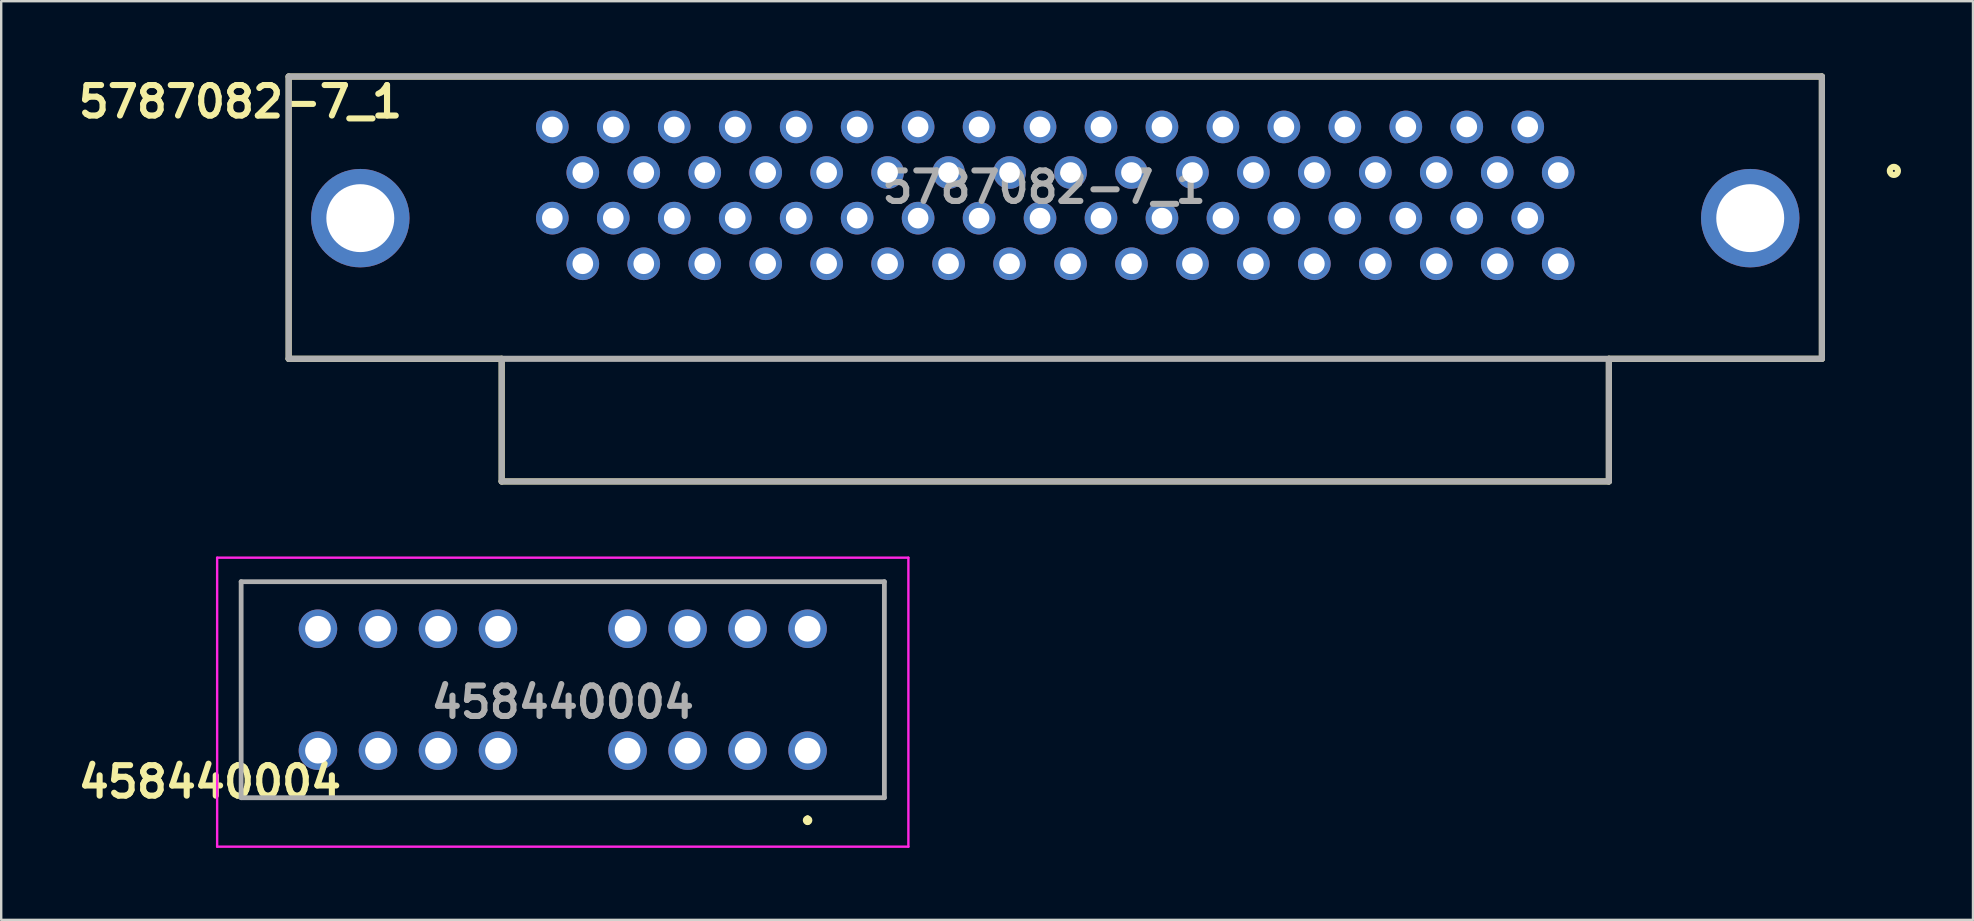
<source format=kicad_pcb>
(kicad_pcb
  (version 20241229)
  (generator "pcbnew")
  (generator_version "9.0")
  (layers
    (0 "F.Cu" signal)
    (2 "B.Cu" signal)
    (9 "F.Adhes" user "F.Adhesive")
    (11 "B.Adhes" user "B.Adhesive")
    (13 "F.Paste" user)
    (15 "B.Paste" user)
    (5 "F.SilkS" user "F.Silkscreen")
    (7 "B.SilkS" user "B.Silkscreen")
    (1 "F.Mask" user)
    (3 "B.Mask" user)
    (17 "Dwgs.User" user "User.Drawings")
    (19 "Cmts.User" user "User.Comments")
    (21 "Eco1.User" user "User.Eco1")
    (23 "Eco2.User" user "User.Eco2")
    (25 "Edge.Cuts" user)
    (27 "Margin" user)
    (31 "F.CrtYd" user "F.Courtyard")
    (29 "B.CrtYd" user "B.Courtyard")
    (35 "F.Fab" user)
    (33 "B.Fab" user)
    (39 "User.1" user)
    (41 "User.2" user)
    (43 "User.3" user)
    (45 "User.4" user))
  (footprint "458440004"
    (layer "F.Cu")
    (at 30.597 28.226)
    (property "Reference" "458440004" (at -24.9 1.3 0) (layer "F.SilkS") (effects (font (size 1.27 1.27) (thickness 0.254))))
    (attr through_hole)
    (fp_line (start -23.6 -7.04) (end 3.2 -7.04) (stroke (width 0.1) (type solid)) (layer "F.SilkS"))
    (fp_line (start -23.6 1.96) (end -23.6 -7.04) (stroke (width 0.1) (type solid)) (layer "F.SilkS"))
    (fp_line (start 0 2.8) (end 0 2.8) (stroke (width 0.2) (type solid)) (layer "F.SilkS"))
    (fp_line (start 0 3) (end 0 3) (stroke (width 0.2) (type solid)) (layer "F.SilkS"))
    (fp_line (start 3.2 -7.04) (end 3.2 1.96) (stroke (width 0.1) (type solid)) (layer "F.SilkS"))
    (fp_line (start 3.2 1.96) (end -23.6 1.96) (stroke (width 0.1) (type solid)) (layer "F.SilkS"))
    (fp_arc (start 0 2.8) (mid 0.1 2.9) (end 0 3) (stroke (width 0.2) (type solid)) (layer "F.SilkS"))
    (fp_arc (start 0 3) (mid -0.1 2.9) (end 0 2.8) (stroke (width 0.2) (type solid)) (layer "F.SilkS"))
    (fp_line (start -24.6 -8.04) (end 4.2 -8.04) (stroke (width 0.1) (type solid)) (layer "F.CrtYd"))
    (fp_line (start -24.6 4) (end -24.6 -8.04) (stroke (width 0.1) (type solid)) (layer "F.CrtYd"))
    (fp_line (start 4.2 -8.04) (end 4.2 4) (stroke (width 0.1) (type solid)) (layer "F.CrtYd"))
    (fp_line (start 4.2 4) (end -24.6 4) (stroke (width 0.1) (type solid)) (layer "F.CrtYd"))
    (fp_line (start -23.6 -7.04) (end 3.2 -7.04) (stroke (width 0.2) (type solid)) (layer "F.Fab"))
    (fp_line (start -23.6 1.96) (end -23.6 -7.04) (stroke (width 0.2) (type solid)) (layer "F.Fab"))
    (fp_line (start 3.2 -7.04) (end 3.2 1.96) (stroke (width 0.2) (type solid)) (layer "F.Fab"))
    (fp_line (start 3.2 1.96) (end -23.6 1.96) (stroke (width 0.2) (type solid)) (layer "F.Fab"))
    (fp_text user "${REFERENCE}" (at -10.2 -2.02 0) (layer "F.Fab") (effects (font (size 1.27 1.27) (thickness 0.254))))
    (pad "1" thru_hole circle (at 0 0) (size 1.605 1.605) (drill 1.07) (layers "*.Cu" "*.Mask"))
    (pad "2" thru_hole circle (at -2.5 0) (size 1.605 1.605) (drill 1.07) (layers "*.Cu" "*.Mask"))
    (pad "3" thru_hole circle (at -5 0) (size 1.605 1.605) (drill 1.07) (layers "*.Cu" "*.Mask"))
    (pad "4" thru_hole circle (at -7.5 0) (size 1.605 1.605) (drill 1.07) (layers "*.Cu" "*.Mask"))
    (pad "5" thru_hole circle (at -12.9 0) (size 1.605 1.605) (drill 1.07) (layers "*.Cu" "*.Mask"))
    (pad "6" thru_hole circle (at -15.4 0) (size 1.605 1.605) (drill 1.07) (layers "*.Cu" "*.Mask"))
    (pad "7" thru_hole circle (at -17.9 0) (size 1.605 1.605) (drill 1.07) (layers "*.Cu" "*.Mask"))
    (pad "8" thru_hole circle (at -20.4 0) (size 1.605 1.605) (drill 1.07) (layers "*.Cu" "*.Mask"))
    (pad "9" thru_hole circle (at 0 -5.08) (size 1.605 1.605) (drill 1.07) (layers "*.Cu" "*.Mask"))
    (pad "10" thru_hole circle (at -2.5 -5.08) (size 1.605 1.605) (drill 1.07) (layers "*.Cu" "*.Mask"))
    (pad "11" thru_hole circle (at -5 -5.08) (size 1.605 1.605) (drill 1.07) (layers "*.Cu" "*.Mask"))
    (pad "12" thru_hole circle (at -7.5 -5.08) (size 1.605 1.605) (drill 1.07) (layers "*.Cu" "*.Mask"))
    (pad "13" thru_hole circle (at -12.9 -5.08) (size 1.605 1.605) (drill 1.07) (layers "*.Cu" "*.Mask"))
    (pad "14" thru_hole circle (at -15.4 -5.08) (size 1.605 1.605) (drill 1.07) (layers "*.Cu" "*.Mask"))
    (pad "15" thru_hole circle (at -17.9 -5.08) (size 1.605 1.605) (drill 1.07) (layers "*.Cu" "*.Mask"))
    (pad "16" thru_hole circle (at -20.4 -5.08) (size 1.605 1.605) (drill 1.07) (layers "*.Cu" "*.Mask")))
  (footprint "5787082-7_1"
    (layer "F.Cu")
    (at 40.917 6.039)
    (property "Reference" "5787082-7_1" (at -33.95 -4.85 0) (layer "F.SilkS") (effects (font (size 1.27 1.27) (thickness 0.254))))
    (attr through_hole)
    (fp_line (start -31.94 -5.9) (end -31.94 5.86) (stroke (width 0.254) (type solid)) (layer "F.SilkS"))
    (fp_line (start -31.94 5.86) (end -23.065 5.86) (stroke (width 0.254) (type solid)) (layer "F.SilkS"))
    (fp_line (start -23.065 5.86) (end -23.065 10.97) (stroke (width 0.254) (type solid)) (layer "F.SilkS"))
    (fp_line (start -23.065 10.97) (end 23.065 10.97) (stroke (width 0.254) (type solid)) (layer "F.SilkS"))
    (fp_line (start 23.065 5.86) (end 31.94 5.86) (stroke (width 0.254) (type solid)) (layer "F.SilkS"))
    (fp_line (start 23.065 10.97) (end 23.065 5.86) (stroke (width 0.254) (type solid)) (layer "F.SilkS"))
    (fp_line (start 31.94 -5.9) (end -31.94 -5.9) (stroke (width 0.254) (type solid)) (layer "F.SilkS"))
    (fp_line (start 31.94 5.86) (end 31.94 -5.9) (stroke (width 0.254) (type solid)) (layer "F.SilkS"))
    (fp_circle (center 34.94 -1.969) (end 34.94 -1.8) (stroke (width 0.254) (type solid)) (fill no) (layer "F.SilkS"))
    (fp_line (start -31.94 -5.9) (end 31.94 -5.9) (stroke (width 0.254) (type solid)) (layer "F.Fab"))
    (fp_line (start -31.94 5.86) (end -31.94 -5.9) (stroke (width 0.254) (type solid)) (layer "F.Fab"))
    (fp_line (start -23.065 5.86) (end -23.065 10.97) (stroke (width 0.254) (type solid)) (layer "F.Fab"))
    (fp_line (start -23.065 10.97) (end 23.065 10.97) (stroke (width 0.254) (type solid)) (layer "F.Fab"))
    (fp_line (start 23.065 10.97) (end 23.065 5.86) (stroke (width 0.254) (type solid)) (layer "F.Fab"))
    (fp_line (start 31.94 -5.9) (end 31.94 5.86) (stroke (width 0.254) (type solid)) (layer "F.Fab"))
    (fp_line (start 31.94 5.86) (end -31.94 5.86) (stroke (width 0.254) (type solid)) (layer "F.Fab"))
    (fp_text user "${REFERENCE}" (at -0.467 -1.292 0) (layer "F.Fab") (effects (font (size 1.27 1.27) (thickness 0.254))))
    (pad "1" thru_hole circle (at 20.955 -1.9) (size 1.36 1.36) (drill 0.86) (layers "*.Cu" "*.Mask"))
    (pad "2" thru_hole circle (at 19.685 -3.8) (size 1.36 1.36) (drill 0.86) (layers "*.Cu" "*.Mask"))
    (pad "3" thru_hole circle (at 18.415 -1.9) (size 1.36 1.36) (drill 0.86) (layers "*.Cu" "*.Mask"))
    (pad "4" thru_hole circle (at 17.145 -3.8) (size 1.36 1.36) (drill 0.86) (layers "*.Cu" "*.Mask"))
    (pad "5" thru_hole circle (at 15.875 -1.9) (size 1.36 1.36) (drill 0.86) (layers "*.Cu" "*.Mask"))
    (pad "6" thru_hole circle (at 14.605 -3.8) (size 1.36 1.36) (drill 0.86) (layers "*.Cu" "*.Mask"))
    (pad "7" thru_hole circle (at 13.335 -1.9) (size 1.36 1.36) (drill 0.86) (layers "*.Cu" "*.Mask"))
    (pad "8" thru_hole circle (at 12.065 -3.8) (size 1.36 1.36) (drill 0.86) (layers "*.Cu" "*.Mask"))
    (pad "9" thru_hole circle (at 10.795 -1.9) (size 1.36 1.36) (drill 0.86) (layers "*.Cu" "*.Mask"))
    (pad "10" thru_hole circle (at 9.525 -3.8) (size 1.36 1.36) (drill 0.86) (layers "*.Cu" "*.Mask"))
    (pad "11" thru_hole circle (at 8.255 -1.9) (size 1.36 1.36) (drill 0.86) (layers "*.Cu" "*.Mask"))
    (pad "12" thru_hole circle (at 6.985 -3.8) (size 1.36 1.36) (drill 0.86) (layers "*.Cu" "*.Mask"))
    (pad "13" thru_hole circle (at 5.715 -1.9) (size 1.36 1.36) (drill 0.86) (layers "*.Cu" "*.Mask"))
    (pad "14" thru_hole circle (at 4.445 -3.8) (size 1.36 1.36) (drill 0.86) (layers "*.Cu" "*.Mask"))
    (pad "15" thru_hole circle (at 3.175 -1.9) (size 1.36 1.36) (drill 0.86) (layers "*.Cu" "*.Mask"))
    (pad "16" thru_hole circle (at 1.905 -3.8) (size 1.36 1.36) (drill 0.86) (layers "*.Cu" "*.Mask"))
    (pad "17" thru_hole circle (at 0.635 -1.9) (size 1.36 1.36) (drill 0.86) (layers "*.Cu" "*.Mask"))
    (pad "18" thru_hole circle (at -0.635 -3.8) (size 1.36 1.36) (drill 0.86) (layers "*.Cu" "*.Mask"))
    (pad "19" thru_hole circle (at -1.905 -1.9) (size 1.36 1.36) (drill 0.86) (layers "*.Cu" "*.Mask"))
    (pad "20" thru_hole circle (at -3.175 -3.8) (size 1.36 1.36) (drill 0.86) (layers "*.Cu" "*.Mask"))
    (pad "21" thru_hole circle (at -4.445 -1.9) (size 1.36 1.36) (drill 0.86) (layers "*.Cu" "*.Mask"))
    (pad "22" thru_hole circle (at -5.715 -3.8) (size 1.36 1.36) (drill 0.86) (layers "*.Cu" "*.Mask"))
    (pad "23" thru_hole circle (at -6.985 -1.9) (size 1.36 1.36) (drill 0.86) (layers "*.Cu" "*.Mask"))
    (pad "24" thru_hole circle (at -8.255 -3.8) (size 1.36 1.36) (drill 0.86) (layers "*.Cu" "*.Mask"))
    (pad "25" thru_hole circle (at -9.525 -1.9) (size 1.36 1.36) (drill 0.86) (layers "*.Cu" "*.Mask"))
    (pad "26" thru_hole circle (at -10.795 -3.8) (size 1.36 1.36) (drill 0.86) (layers "*.Cu" "*.Mask"))
    (pad "27" thru_hole circle (at -12.065 -1.9) (size 1.36 1.36) (drill 0.86) (layers "*.Cu" "*.Mask"))
    (pad "28" thru_hole circle (at -13.335 -3.8) (size 1.36 1.36) (drill 0.86) (layers "*.Cu" "*.Mask"))
    (pad "29" thru_hole circle (at -14.605 -1.9) (size 1.36 1.36) (drill 0.86) (layers "*.Cu" "*.Mask"))
    (pad "30" thru_hole circle (at -15.875 -3.8) (size 1.36 1.36) (drill 0.86) (layers "*.Cu" "*.Mask"))
    (pad "31" thru_hole circle (at -17.145 -1.9) (size 1.36 1.36) (drill 0.86) (layers "*.Cu" "*.Mask"))
    (pad "32" thru_hole circle (at -18.415 -3.8) (size 1.36 1.36) (drill 0.86) (layers "*.Cu" "*.Mask"))
    (pad "33" thru_hole circle (at -19.685 -1.9) (size 1.36 1.36) (drill 0.86) (layers "*.Cu" "*.Mask"))
    (pad "34" thru_hole circle (at -20.955 -3.8) (size 1.36 1.36) (drill 0.86) (layers "*.Cu" "*.Mask"))
    (pad "35" thru_hole circle (at 20.955 1.9) (size 1.36 1.36) (drill 0.86) (layers "*.Cu" "*.Mask"))
    (pad "36" thru_hole circle (at 19.685 0) (size 1.36 1.36) (drill 0.86) (layers "*.Cu" "*.Mask"))
    (pad "37" thru_hole circle (at 18.415 1.9) (size 1.36 1.36) (drill 0.86) (layers "*.Cu" "*.Mask"))
    (pad "38" thru_hole circle (at 17.145 0) (size 1.36 1.36) (drill 0.86) (layers "*.Cu" "*.Mask"))
    (pad "39" thru_hole circle (at 15.875 1.9) (size 1.36 1.36) (drill 0.86) (layers "*.Cu" "*.Mask"))
    (pad "40" thru_hole circle (at 14.605 0) (size 1.36 1.36) (drill 0.86) (layers "*.Cu" "*.Mask"))
    (pad "41" thru_hole circle (at 13.335 1.9) (size 1.36 1.36) (drill 0.86) (layers "*.Cu" "*.Mask"))
    (pad "42" thru_hole circle (at 12.065 0) (size 1.36 1.36) (drill 0.86) (layers "*.Cu" "*.Mask"))
    (pad "43" thru_hole circle (at 10.795 1.9) (size 1.36 1.36) (drill 0.86) (layers "*.Cu" "*.Mask"))
    (pad "44" thru_hole circle (at 9.525 0) (size 1.36 1.36) (drill 0.86) (layers "*.Cu" "*.Mask"))
    (pad "45" thru_hole circle (at 8.255 1.9) (size 1.36 1.36) (drill 0.86) (layers "*.Cu" "*.Mask"))
    (pad "46" thru_hole circle (at 6.985 0) (size 1.36 1.36) (drill 0.86) (layers "*.Cu" "*.Mask"))
    (pad "47" thru_hole circle (at 5.715 1.9) (size 1.36 1.36) (drill 0.86) (layers "*.Cu" "*.Mask"))
    (pad "48" thru_hole circle (at 4.445 0) (size 1.36 1.36) (drill 0.86) (layers "*.Cu" "*.Mask"))
    (pad "49" thru_hole circle (at 3.175 1.9) (size 1.36 1.36) (drill 0.86) (layers "*.Cu" "*.Mask"))
    (pad "50" thru_hole circle (at 1.905 0) (size 1.36 1.36) (drill 0.86) (layers "*.Cu" "*.Mask"))
    (pad "51" thru_hole circle (at 0.635 1.9) (size 1.36 1.36) (drill 0.86) (layers "*.Cu" "*.Mask"))
    (pad "52" thru_hole circle (at -0.635 0) (size 1.36 1.36) (drill 0.86) (layers "*.Cu" "*.Mask"))
    (pad "53" thru_hole circle (at -1.905 1.9) (size 1.36 1.36) (drill 0.86) (layers "*.Cu" "*.Mask"))
    (pad "54" thru_hole circle (at -3.175 0) (size 1.36 1.36) (drill 0.86) (layers "*.Cu" "*.Mask"))
    (pad "55" thru_hole circle (at -4.445 1.9) (size 1.36 1.36) (drill 0.86) (layers "*.Cu" "*.Mask"))
    (pad "56" thru_hole circle (at -5.715 0) (size 1.36 1.36) (drill 0.86) (layers "*.Cu" "*.Mask"))
    (pad "57" thru_hole circle (at -6.985 1.9) (size 1.36 1.36) (drill 0.86) (layers "*.Cu" "*.Mask"))
    (pad "58" thru_hole circle (at -8.255 0) (size 1.36 1.36) (drill 0.86) (layers "*.Cu" "*.Mask"))
    (pad "59" thru_hole circle (at -9.525 1.9) (size 1.36 1.36) (drill 0.86) (layers "*.Cu" "*.Mask"))
    (pad "60" thru_hole circle (at -10.795 0) (size 1.36 1.36) (drill 0.86) (layers "*.Cu" "*.Mask"))
    (pad "61" thru_hole circle (at -12.065 1.9) (size 1.36 1.36) (drill 0.86) (layers "*.Cu" "*.Mask"))
    (pad "62" thru_hole circle (at -13.335 0) (size 1.36 1.36) (drill 0.86) (layers "*.Cu" "*.Mask"))
    (pad "63" thru_hole circle (at -14.605 1.9) (size 1.36 1.36) (drill 0.86) (layers "*.Cu" "*.Mask"))
    (pad "64" thru_hole circle (at -15.875 0) (size 1.36 1.36) (drill 0.86) (layers "*.Cu" "*.Mask"))
    (pad "65" thru_hole circle (at -17.145 1.9) (size 1.36 1.36) (drill 0.86) (layers "*.Cu" "*.Mask"))
    (pad "66" thru_hole circle (at -18.415 0) (size 1.36 1.36) (drill 0.86) (layers "*.Cu" "*.Mask"))
    (pad "67" thru_hole circle (at -19.685 1.9) (size 1.36 1.36) (drill 0.86) (layers "*.Cu" "*.Mask"))
    (pad "68" thru_hole circle (at -20.955 0) (size 1.36 1.36) (drill 0.86) (layers "*.Cu" "*.Mask"))
    (pad "69" thru_hole circle (at -28.955 0) (size 4.1 4.1) (drill 2.83) (layers "*.Cu" "*.Mask"))
    (pad "70" thru_hole circle (at 28.955 0) (size 4.1 4.1) (drill 2.83) (layers "*.Cu" "*.Mask")))
  (gr_rect
    (start -3 -3)
    (end 79.153 35.276)
    (stroke (width 0.1) (type default))
    (fill no)
    (layer "Edge.Cuts")))
</source>
